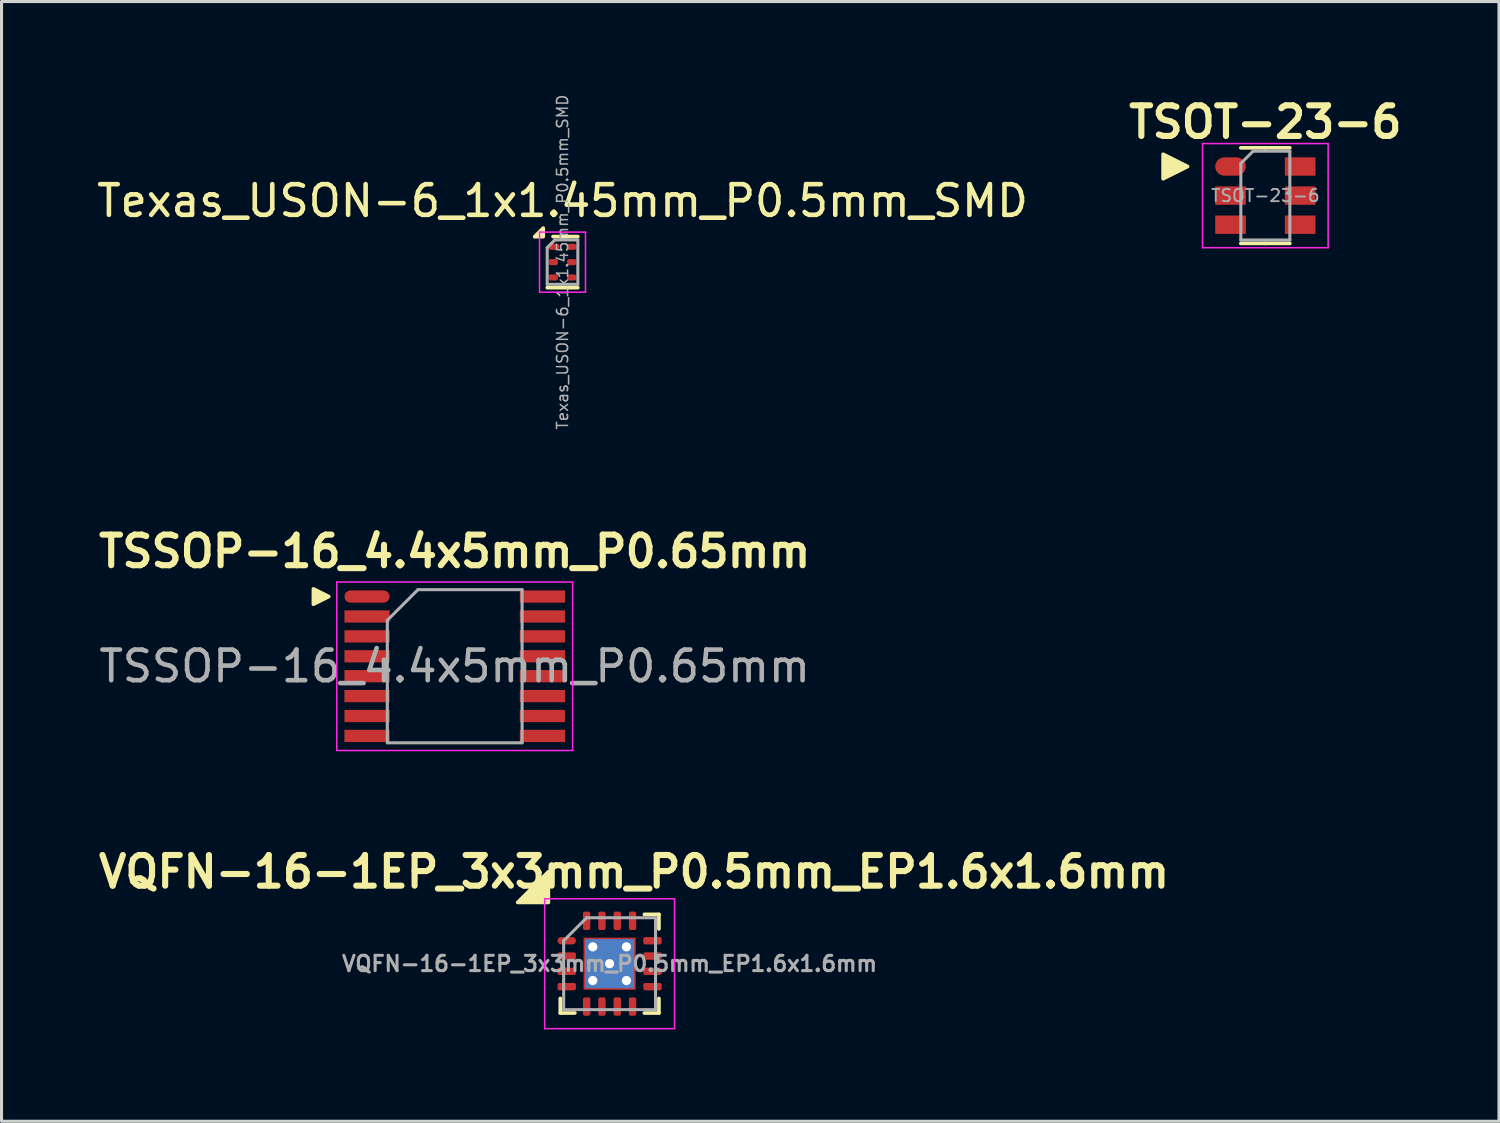
<source format=kicad_pcb>
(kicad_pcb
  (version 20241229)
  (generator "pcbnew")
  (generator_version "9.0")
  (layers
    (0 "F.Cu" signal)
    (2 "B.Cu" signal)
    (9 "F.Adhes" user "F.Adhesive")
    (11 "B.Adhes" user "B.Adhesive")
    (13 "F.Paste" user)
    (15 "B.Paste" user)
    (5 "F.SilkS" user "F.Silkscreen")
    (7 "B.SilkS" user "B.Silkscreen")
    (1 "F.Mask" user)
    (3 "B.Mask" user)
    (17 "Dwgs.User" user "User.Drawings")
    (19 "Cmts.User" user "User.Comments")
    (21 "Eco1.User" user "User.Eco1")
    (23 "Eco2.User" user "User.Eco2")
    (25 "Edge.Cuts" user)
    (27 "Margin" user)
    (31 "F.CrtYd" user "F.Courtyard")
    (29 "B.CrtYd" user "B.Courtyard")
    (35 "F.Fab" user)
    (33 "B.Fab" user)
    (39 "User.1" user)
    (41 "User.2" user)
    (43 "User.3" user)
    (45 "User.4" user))
  (footprint "Texas_USON-6_1x1.45mm_P0.5mm_SMD"
    (layer "F.Cu")
    (at 15.315 5.508)
    (property "Reference" "Texas_USON-6_1x1.45mm_P0.5mm_SMD" (at 0 -2 0) (layer "F.SilkS") (effects (font (size 1 1) (thickness 0.15))))
    (attr smd)
    (fp_line (start -0.5 0.835) (end 0.5 0.835) (stroke (width 0.12) (type solid)) (layer "F.SilkS"))
    (fp_line (start -0.31 -0.835) (end 0.5 -0.835) (stroke (width 0.12) (type solid)) (layer "F.SilkS"))
    (fp_poly (pts (xy -0.63 -0.83) (xy -0.91 -0.83) (xy -0.63 -1.11) (xy -0.63 -0.83)) (stroke (width 0.12) (type solid)) (fill yes) (layer "F.SilkS"))
    (fp_line (start -0.75 -0.98) (end -0.75 0.98) (stroke (width 0.05) (type solid)) (layer "F.CrtYd"))
    (fp_line (start -0.75 0.98) (end 0.75 0.98) (stroke (width 0.05) (type solid)) (layer "F.CrtYd"))
    (fp_line (start 0.75 -0.98) (end -0.75 -0.98) (stroke (width 0.05) (type solid)) (layer "F.CrtYd"))
    (fp_line (start 0.75 0.98) (end 0.75 -0.98) (stroke (width 0.05) (type solid)) (layer "F.CrtYd"))
    (fp_line (start -0.5 -0.475) (end -0.25 -0.725) (stroke (width 0.1) (type solid)) (layer "F.Fab"))
    (fp_line (start -0.5 0.725) (end -0.5 -0.475) (stroke (width 0.1) (type solid)) (layer "F.Fab"))
    (fp_line (start -0.25 -0.725) (end 0.5 -0.725) (stroke (width 0.1) (type solid)) (layer "F.Fab"))
    (fp_line (start 0.5 -0.725) (end 0.5 0.725) (stroke (width 0.1) (type solid)) (layer "F.Fab"))
    (fp_line (start 0.5 0.725) (end -0.5 0.725) (stroke (width 0.1) (type solid)) (layer "F.Fab"))
    (fp_text user "${REFERENCE}" (at 0 0 90) (layer "F.Fab") (effects (font (size 0.36 0.36) (thickness 0.05))))
    (pad "1" smd roundrect (at -0.275 -0.5) (size 0.35 0.2) (layers "F.Cu" "F.Mask" "F.Paste") (roundrect_rratio 0.333))
    (pad "2" smd roundrect (at -0.3 0) (size 0.3 0.2) (layers "F.Cu" "F.Mask" "F.Paste") (roundrect_rratio 0.333))
    (pad "3" smd roundrect (at -0.3 0.5) (size 0.3 0.2) (layers "F.Cu" "F.Mask" "F.Paste") (roundrect_rratio 0.333))
    (pad "4" smd roundrect (at 0.3 0.5 90) (size 0.2 0.3) (layers "F.Cu" "F.Mask" "F.Paste") (roundrect_rratio 0.333))
    (pad "5" smd roundrect (at 0.3 0) (size 0.3 0.2) (layers "F.Cu" "F.Mask" "F.Paste") (roundrect_rratio 0.333))
    (pad "6" smd roundrect (at 0.3 -0.5) (size 0.3 0.2) (layers "F.Cu" "F.Mask" "F.Paste") (roundrect_rratio 0.333)))
  (footprint "VQFN-16-1EP_3x3mm_P0.5mm_EP1.6x1.6mm"
    (layer "F.Cu")
    (at 16.852 28.412)
    (property "Reference" "VQFN-16-1EP_3x3mm_P0.5mm_EP1.6x1.6mm" (at 0.8 -3 0) (layer "F.SilkS") (effects (font (size 1 1) (thickness 0.2))))
    (attr smd)
    (fp_line (start -1.61 1.61) (end -1.61 1.135) (stroke (width 0.12) (type solid)) (layer "F.SilkS"))
    (fp_line (start -1.135 1.61) (end -1.61 1.61) (stroke (width 0.12) (type solid)) (layer "F.SilkS"))
    (fp_line (start 1.135 -1.61) (end 1.61 -1.61) (stroke (width 0.12) (type solid)) (layer "F.SilkS"))
    (fp_line (start 1.135 1.61) (end 1.61 1.61) (stroke (width 0.12) (type solid)) (layer "F.SilkS"))
    (fp_line (start 1.61 -1.61) (end 1.61 -1.135) (stroke (width 0.12) (type solid)) (layer "F.SilkS"))
    (fp_line (start 1.61 1.61) (end 1.61 1.135) (stroke (width 0.12) (type solid)) (layer "F.SilkS"))
    (fp_poly (pts (xy -2 -2) (xy -3 -2) (xy -2 -3)) (stroke (width 0.12) (type solid)) (fill yes) (layer "F.SilkS"))
    (fp_line (start -2.12 -2.12) (end -2.12 2.12) (stroke (width 0.05) (type solid)) (layer "F.CrtYd"))
    (fp_line (start -2.12 2.12) (end 2.12 2.12) (stroke (width 0.05) (type solid)) (layer "F.CrtYd"))
    (fp_line (start 2.12 -2.12) (end -2.12 -2.12) (stroke (width 0.05) (type solid)) (layer "F.CrtYd"))
    (fp_line (start 2.12 2.12) (end 2.12 -2.12) (stroke (width 0.05) (type solid)) (layer "F.CrtYd"))
    (fp_line (start -1.5 -0.75) (end -0.75 -1.5) (stroke (width 0.1) (type solid)) (layer "F.Fab"))
    (fp_line (start -1.5 1.5) (end -1.5 -0.75) (stroke (width 0.1) (type solid)) (layer "F.Fab"))
    (fp_line (start -0.75 -1.5) (end 1.5 -1.5) (stroke (width 0.1) (type solid)) (layer "F.Fab"))
    (fp_line (start 1.5 -1.5) (end 1.5 1.5) (stroke (width 0.1) (type solid)) (layer "F.Fab"))
    (fp_line (start 1.5 1.5) (end -1.5 1.5) (stroke (width 0.1) (type solid)) (layer "F.Fab"))
    (fp_text user "${REFERENCE}" (at 0 0 0) (layer "F.Fab") (effects (font (size 0.5 0.5) (thickness 0.1))))
    (pad "" smd roundrect (at -0.4 -0.4) (size 0.69 0.69) (layers "F.Paste") (roundrect_rratio 0.25))
    (pad "" smd roundrect (at -0.4 0.4) (size 0.69 0.69) (layers "F.Paste") (roundrect_rratio 0.25))
    (pad "" smd roundrect (at 0.4 -0.4) (size 0.69 0.69) (layers "F.Paste") (roundrect_rratio 0.25))
    (pad "" smd roundrect (at 0.4 0.4) (size 0.69 0.69) (layers "F.Paste") (roundrect_rratio 0.25))
    (pad "1" smd roundrect (at -1.4 -0.75 90) (size 0.24 0.6) (layers "F.Cu" "F.Mask" "F.Paste") (roundrect_rratio 0.5))
    (pad "2" smd roundrect (at -1.4 -0.25 90) (size 0.24 0.6) (layers "F.Cu" "F.Mask" "F.Paste") (roundrect_rratio 0.25))
    (pad "3" smd roundrect (at -1.4 0.25 90) (size 0.24 0.6) (layers "F.Cu" "F.Mask" "F.Paste") (roundrect_rratio 0.25))
    (pad "4" smd roundrect (at -1.4 0.75 90) (size 0.24 0.6) (layers "F.Cu" "F.Mask" "F.Paste") (roundrect_rratio 0.25))
    (pad "5" smd roundrect (at -0.75 1.4) (size 0.24 0.6) (layers "F.Cu" "F.Mask" "F.Paste") (roundrect_rratio 0.25))
    (pad "6" smd roundrect (at -0.25 1.4) (size 0.24 0.6) (layers "F.Cu" "F.Mask" "F.Paste") (roundrect_rratio 0.25))
    (pad "7" smd roundrect (at 0.25 1.4) (size 0.24 0.6) (layers "F.Cu" "F.Mask" "F.Paste") (roundrect_rratio 0.25))
    (pad "8" smd roundrect (at 0.75 1.4) (size 0.24 0.6) (layers "F.Cu" "F.Mask" "F.Paste") (roundrect_rratio 0.25))
    (pad "9" smd roundrect (at 1.4 0.75 90) (size 0.24 0.6) (layers "F.Cu" "F.Mask" "F.Paste") (roundrect_rratio 0.25))
    (pad "10" smd roundrect (at 1.4 0.25 90) (size 0.24 0.6) (layers "F.Cu" "F.Mask" "F.Paste") (roundrect_rratio 0.25))
    (pad "11" smd roundrect (at 1.4 -0.25 90) (size 0.24 0.6) (layers "F.Cu" "F.Mask" "F.Paste") (roundrect_rratio 0.25))
    (pad "12" smd roundrect (at 1.4 -0.75 90) (size 0.24 0.6) (layers "F.Cu" "F.Mask" "F.Paste") (roundrect_rratio 0.25))
    (pad "13" smd roundrect (at 0.75 -1.4) (size 0.24 0.6) (layers "F.Cu" "F.Mask" "F.Paste") (roundrect_rratio 0.25))
    (pad "14" smd roundrect (at 0.25 -1.4) (size 0.24 0.6) (layers "F.Cu" "F.Mask" "F.Paste") (roundrect_rratio 0.25))
    (pad "15" smd roundrect (at -0.25 -1.4) (size 0.24 0.6) (layers "F.Cu" "F.Mask" "F.Paste") (roundrect_rratio 0.25))
    (pad "16" smd roundrect (at -0.75 -1.4) (size 0.24 0.6) (layers "F.Cu" "F.Mask" "F.Paste") (roundrect_rratio 0.25))
    (pad "17" thru_hole circle (at -0.55 -0.55) (size 0.5 0.5) (drill 0.3) (layers "*.Cu"))
    (pad "17" thru_hole circle (at -0.55 0.55) (size 0.5 0.5) (drill 0.3) (layers "*.Cu"))
    (pad "17" thru_hole circle (at 0 0) (size 0.5 0.5) (drill 0.3) (layers "*.Cu"))
    (pad "17" smd rect (at 0 0) (size 1.6 1.6) (layers "B.Cu"))
    (pad "17" smd rect (at 0 0) (size 1.7 1.7) (layers "F.Cu" "F.Mask"))
    (pad "17" thru_hole circle (at 0.55 -0.55) (size 0.5 0.5) (drill 0.3) (layers "*.Cu"))
    (pad "17" thru_hole circle (at 0.55 0.55) (size 0.5 0.5) (drill 0.3) (layers "*.Cu")))
  (footprint "TSOT-23-6"
    (layer "F.Cu")
    (at 38.26 3.336)
    (property "Reference" "TSOT-23-6" (at 0 -2.4 0) (layer "F.SilkS") (effects (font (size 1 1) (thickness 0.2) (bold yes))))
    (attr smd)
    (fp_line (start 0 -1.56) (end -0.8 -1.56) (stroke (width 0.12) (type solid)) (layer "F.SilkS"))
    (fp_line (start 0 -1.56) (end 0.8 -1.56) (stroke (width 0.12) (type solid)) (layer "F.SilkS"))
    (fp_line (start 0 1.56) (end -0.8 1.56) (stroke (width 0.12) (type solid)) (layer "F.SilkS"))
    (fp_line (start 0 1.56) (end 0.8 1.56) (stroke (width 0.12) (type solid)) (layer "F.SilkS"))
    (fp_poly (pts (xy -2.538 -0.95) (xy -3.337 -0.55) (xy -3.337 -1.35) (xy -2.538 -0.95)) (stroke (width 0.12) (type solid)) (fill yes) (layer "F.SilkS"))
    (fp_line (start -2.05 -1.7) (end -2.05 1.7) (stroke (width 0.05) (type solid)) (layer "F.CrtYd"))
    (fp_line (start -2.05 1.7) (end 2.05 1.7) (stroke (width 0.05) (type solid)) (layer "F.CrtYd"))
    (fp_line (start 2.05 -1.7) (end -2.05 -1.7) (stroke (width 0.05) (type solid)) (layer "F.CrtYd"))
    (fp_line (start 2.05 1.7) (end 2.05 -1.7) (stroke (width 0.05) (type solid)) (layer "F.CrtYd"))
    (fp_line (start -0.8 -1.05) (end -0.4 -1.45) (stroke (width 0.1) (type solid)) (layer "F.Fab"))
    (fp_line (start -0.8 1.45) (end -0.8 -1.05) (stroke (width 0.1) (type solid)) (layer "F.Fab"))
    (fp_line (start -0.4 -1.45) (end 0.8 -1.45) (stroke (width 0.1) (type solid)) (layer "F.Fab"))
    (fp_line (start 0.8 -1.45) (end 0.8 1.45) (stroke (width 0.1) (type solid)) (layer "F.Fab"))
    (fp_line (start 0.8 1.45) (end -0.8 1.45) (stroke (width 0.1) (type solid)) (layer "F.Fab"))
    (fp_text user "${REFERENCE}" (at 0 0 0) (layer "F.Fab") (effects (font (size 0.4 0.4) (thickness 0.06))))
    (pad "1" smd roundrect (at -1.137 -0.95) (size 1 0.6) (layers "F.Cu" "F.Mask" "F.Paste") (roundrect_rratio 0.5))
    (pad "2" smd rect (at -1.137 0) (size 1 0.6) (layers "F.Cu" "F.Mask" "F.Paste"))
    (pad "3" smd rect (at -1.137 0.95) (size 1 0.6) (layers "F.Cu" "F.Mask" "F.Paste"))
    (pad "4" smd rect (at 1.137 0.95) (size 1 0.6) (layers "F.Cu" "F.Mask" "F.Paste"))
    (pad "5" smd rect (at 1.137 0) (size 1 0.6) (layers "F.Cu" "F.Mask" "F.Paste"))
    (pad "6" smd rect (at 1.137 -0.95) (size 1 0.6) (layers "F.Cu" "F.Mask" "F.Paste")))
  (footprint "TSSOP-16_4.4x5mm_P0.65mm"
    (layer "F.Cu")
    (at 11.795 18.701)
    (property "Reference" "TSSOP-16_4.4x5mm_P0.65mm" (at 0 -3.75 0) (layer "F.SilkS") (effects (font (size 1 1) (thickness 0.2) (bold yes))))
    (attr smd)
    (fp_poly (pts (xy -4.112 -2.275) (xy -4.612 -2.525) (xy -4.613 -2.025) (xy -4.112 -2.275)) (stroke (width 0.12) (type solid)) (fill yes) (layer "F.SilkS"))
    (fp_line (start -3.85 -2.75) (end -3.85 2.75) (stroke (width 0.05) (type solid)) (layer "F.CrtYd"))
    (fp_line (start -3.85 2.75) (end 3.85 2.75) (stroke (width 0.05) (type solid)) (layer "F.CrtYd"))
    (fp_line (start 3.85 -2.75) (end -3.85 -2.75) (stroke (width 0.05) (type solid)) (layer "F.CrtYd"))
    (fp_line (start 3.85 2.75) (end 3.85 -2.75) (stroke (width 0.05) (type solid)) (layer "F.CrtYd"))
    (fp_line (start -2.2 -1.5) (end -1.2 -2.5) (stroke (width 0.1) (type solid)) (layer "F.Fab"))
    (fp_line (start -2.2 2.5) (end -2.2 -1.5) (stroke (width 0.1) (type solid)) (layer "F.Fab"))
    (fp_line (start -1.2 -2.5) (end 2.2 -2.5) (stroke (width 0.1) (type solid)) (layer "F.Fab"))
    (fp_line (start 2.2 -2.5) (end 2.2 2.5) (stroke (width 0.1) (type solid)) (layer "F.Fab"))
    (fp_line (start 2.2 2.5) (end -2.2 2.5) (stroke (width 0.1) (type solid)) (layer "F.Fab"))
    (fp_text user "${REFERENCE}" (at 0 0 0) (layer "F.Fab") (effects (font (size 1 1) (thickness 0.15))))
    (pad "1" smd roundrect (at -2.863 -2.275) (size 1.475 0.4) (layers "F.Cu" "F.Mask" "F.Paste") (roundrect_rratio 0.5))
    (pad "2" smd rect (at -2.862 -1.625) (size 1.475 0.4) (layers "F.Cu" "F.Mask" "F.Paste"))
    (pad "3" smd rect (at -2.862 -0.975) (size 1.475 0.4) (layers "F.Cu" "F.Mask" "F.Paste"))
    (pad "4" smd rect (at -2.862 -0.325) (size 1.475 0.4) (layers "F.Cu" "F.Mask" "F.Paste"))
    (pad "5" smd rect (at -2.862 0.325) (size 1.475 0.4) (layers "F.Cu" "F.Mask" "F.Paste"))
    (pad "6" smd rect (at -2.863 0.975) (size 1.475 0.4) (layers "F.Cu" "F.Mask" "F.Paste"))
    (pad "7" smd rect (at -2.862 1.625) (size 1.475 0.4) (layers "F.Cu" "F.Mask" "F.Paste"))
    (pad "8" smd rect (at -2.863 2.275) (size 1.475 0.4) (layers "F.Cu" "F.Mask" "F.Paste"))
    (pad "9" smd rect (at 2.863 2.275) (size 1.475 0.4) (layers "F.Cu" "F.Mask" "F.Paste"))
    (pad "10" smd rect (at 2.862 1.625) (size 1.475 0.4) (layers "F.Cu" "F.Mask" "F.Paste"))
    (pad "11" smd rect (at 2.862 0.975) (size 1.475 0.4) (layers "F.Cu" "F.Mask" "F.Paste"))
    (pad "12" smd rect (at 2.862 0.325) (size 1.475 0.4) (layers "F.Cu" "F.Mask" "F.Paste"))
    (pad "13" smd rect (at 2.862 -0.325) (size 1.475 0.4) (layers "F.Cu" "F.Mask" "F.Paste"))
    (pad "14" smd rect (at 2.863 -0.975) (size 1.475 0.4) (layers "F.Cu" "F.Mask" "F.Paste"))
    (pad "15" smd rect (at 2.862 -1.625) (size 1.475 0.4) (layers "F.Cu" "F.Mask" "F.Paste"))
    (pad "16" smd rect (at 2.863 -2.275) (size 1.475 0.4) (layers "F.Cu" "F.Mask" "F.Paste")))
  (gr_rect
    (start -3 -3)
    (end 45.888 33.557)
    (stroke (width 0.1) (type default))
    (fill no)
    (layer "Edge.Cuts")))
</source>
